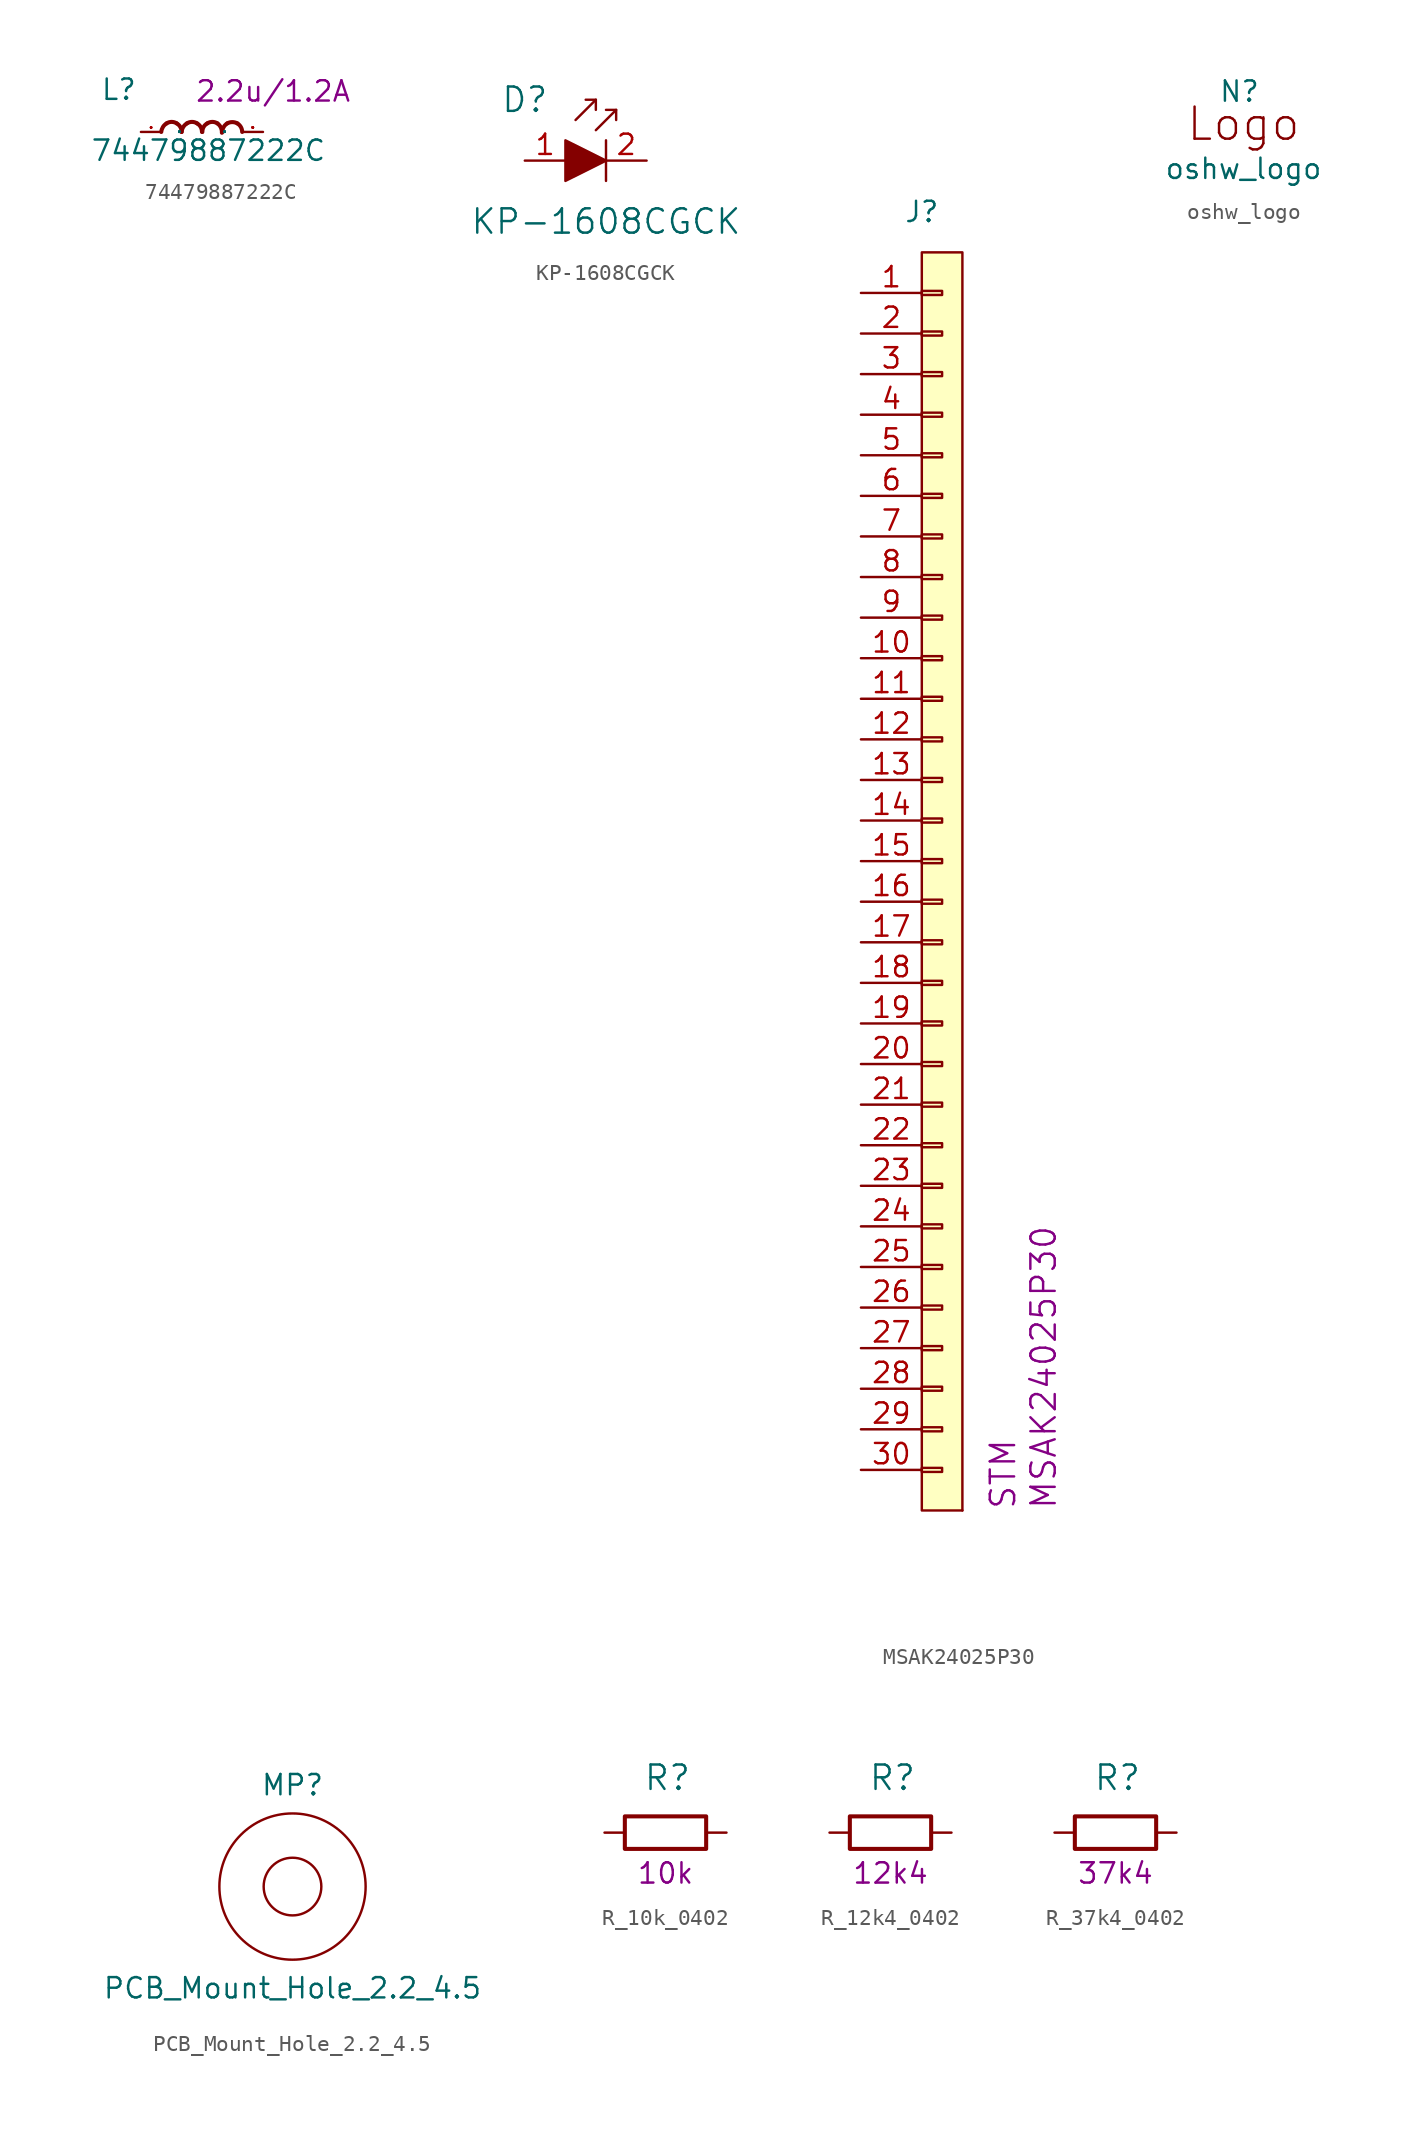
<source format=kicad_sym>
(kicad_symbol_lib
  (version 20211014)
  (generator kicad_symbol_editor)
  (symbol "74479887222C"
    (pin_names
      (offset 1.016))
    (property "Reference" "L"
      (at -6.35 1.905 0)
      (effects (font (size 1.27 1.27)) (justify left bottom)))
    (property "Value" "74479887222C"
      (at -6.985 -1.905 0)
      (effects (font (size 1.27 1.27)) (justify left bottom)))
    (property "Value2" "2.2u/1.2A"
      (at 4.445 2.54 0)
      (effects (font (size 1.27 1.27))))
    (symbol "74479887222C_0_1"
      (pin passive line (at -3.81 0 0) (length 1.27) (name "P" (effects (font (size 0.025 0.025)))) (number "1" (effects (font (size 0.025 0.025)))))
      (pin passive line (at 3.81 0 180) (length 1.27) (name "P" (effects (font (size 0.025 0.025)))) (number "2" (effects (font (size 0.025 0.025))))))
    (symbol "74479887222C_1_1"
      (arc (start -2.2098 0.5334) (mid -2.4364 0.3084) (end -2.54 0) (stroke (width 0.254) (type default) (color 0 0 0 0)) (fill (type none)))
      (arc (start -1.5748 0.5334) (mid -1.894 0.6272) (end -2.2098 0.5334) (stroke (width 0.254) (type default) (color 0 0 0 0)) (fill (type none)))
      (arc (start -1.27 0) (mid -1.3503 0.309) (end -1.5748 0.5334) (stroke (width 0.254) (type default) (color 0 0 0 0)) (fill (type none)))
      (arc (start -0.9398 0.5334) (mid -1.1664 0.3084) (end -1.27 0) (stroke (width 0.254) (type default) (color 0 0 0 0)) (fill (type none)))
      (arc (start -0.3048 0.5334) (mid -0.624 0.6272) (end -0.9398 0.5334) (stroke (width 0.254) (type default) (color 0 0 0 0)) (fill (type none)))
      (arc (start 0 0) (mid -0.0803 0.309) (end -0.3048 0.5334) (stroke (width 0.254) (type default) (color 0 0 0 0)) (fill (type none)))
      (arc (start 0.3302 0.5334) (mid 0.1036 0.3084) (end 0.0254 0) (stroke (width 0.254) (type default) (color 0 0 0 0)) (fill (type none)))
      (arc (start 0.9652 0.5334) (mid 0.646 0.6272) (end 0.3302 0.5334) (stroke (width 0.254) (type default) (color 0 0 0 0)) (fill (type none)))
      (arc (start 1.2446 -0.0508) (mid 1.1813 0.2752) (end 0.9652 0.5334) (stroke (width 0.254) (type default) (color 0 0 0 0)) (fill (type none)))
      (arc (start 1.5748 0.5334) (mid 1.357 0.3053) (end 1.27 0) (stroke (width 0.254) (type default) (color 0 0 0 0)) (fill (type none)))
      (arc (start 2.2098 0.5334) (mid 1.8942 0.6142) (end 1.5748 0.5334) (stroke (width 0.254) (type default) (color 0 0 0 0)) (fill (type none)))
      (arc (start 2.5146 0) (mid 2.4322 0.306) (end 2.2098 0.5334) (stroke (width 0.254) (type default) (color 0 0 0 0)) (fill (type none)))))
  (symbol "KP-1608CGCK"
    (pin_names
      (offset 0))
    (property "Reference" "D"
      (at -5.08 3.81 0)
      (effects (font (size 1.524 1.524))))
    (property "Value" "KP-1608CGCK"
      (at 0 -3.81 0)
      (effects (font (size 1.524 1.524))))
    (symbol "KP-1608CGCK_0_1"
      (polyline (pts (xy -0.635 3.81) (xy -1.905 2.54)) (stroke (width 0) (type default) (color 0 0 0 0)) (fill (type none)))
      (polyline (pts (xy 0 1.27) (xy 0 -1.27)) (stroke (width 0) (type default) (color 0 0 0 0)) (fill (type none)))
      (polyline (pts (xy 0.635 3.175) (xy -0.635 1.905)) (stroke (width 0) (type default) (color 0 0 0 0)) (fill (type none)))
      (polyline (pts (xy -1.27 3.81) (xy -0.635 3.81) (xy -0.635 3.175)) (stroke (width 0) (type default) (color 0 0 0 0)) (fill (type none)))
      (polyline (pts (xy 0 3.175) (xy 0.635 3.175) (xy 0.635 2.54)) (stroke (width 0) (type default) (color 0 0 0 0)) (fill (type none)))
      (polyline (pts (xy -2.54 1.27) (xy -2.54 -1.27) (xy 0 0) (xy -2.54 1.27)) (stroke (width 0) (type default) (color 0 0 0 0)) (fill (type outline))))
    (symbol "KP-1608CGCK_1_1"
      (pin passive line (at -5.08 0 0) (length 2.54) (name "~" (effects (font (size 1.27 1.27)))) (number "1" (effects (font (size 1.27 1.27)))))
      (pin passive line (at 2.54 0 180) (length 2.54) (name "~" (effects (font (size 1.27 1.27)))) (number "2" (effects (font (size 1.27 1.27)))))))
  (symbol "MSAK24025P30"
    (pin_names
      (offset 1.016) hide)
    (property "Reference" "J"
      (at 0 41.91 0)
      (effects (font (size 1.27 1.27))))
    (property "MPN" "MSAK24025P30"
      (at 7.62 -39.37 90)
      (effects (font (size 1.524 1.524)) (justify left)))
    (property "Manufacturer" "STM"
      (at 5.08 -39.37 90)
      (effects (font (size 1.524 1.524)) (justify left)))
    (symbol "MSAK24025P30_0_1"
      (rectangle (start 0 39.37) (end 2.54 -39.37) (stroke (width 0) (type default) (color 0 0 0 0)) (fill (type background)))
      (rectangle (start 2.54 -39.37) (end 2.54 -39.37) (stroke (width 0) (type default) (color 0 0 0 0)) (fill (type none))))
    (symbol "MSAK24025P30_1_1"
      (rectangle (start 0 -36.703) (end 1.27 -36.957) (stroke (width 0.152) (type default) (color 0 0 0 0)) (fill (type none)))
      (rectangle (start 0 -34.163) (end 1.27 -34.417) (stroke (width 0.152) (type default) (color 0 0 0 0)) (fill (type none)))
      (rectangle (start 0 -31.623) (end 1.27 -31.877) (stroke (width 0.152) (type default) (color 0 0 0 0)) (fill (type none)))
      (rectangle (start 0 -29.083) (end 1.27 -29.337) (stroke (width 0.152) (type default) (color 0 0 0 0)) (fill (type none)))
      (rectangle (start 0 -26.543) (end 1.27 -26.797) (stroke (width 0.152) (type default) (color 0 0 0 0)) (fill (type none)))
      (rectangle (start 0 -24.003) (end 1.27 -24.257) (stroke (width 0.152) (type default) (color 0 0 0 0)) (fill (type none)))
      (rectangle (start 0 -21.463) (end 1.27 -21.717) (stroke (width 0.152) (type default) (color 0 0 0 0)) (fill (type none)))
      (rectangle (start 0 -18.923) (end 1.27 -19.177) (stroke (width 0.152) (type default) (color 0 0 0 0)) (fill (type none)))
      (rectangle (start 0 -16.383) (end 1.27 -16.637) (stroke (width 0.152) (type default) (color 0 0 0 0)) (fill (type none)))
      (rectangle (start 0 -13.843) (end 1.27 -14.097) (stroke (width 0.152) (type default) (color 0 0 0 0)) (fill (type none)))
      (rectangle (start 0 -11.303) (end 1.27 -11.557) (stroke (width 0.152) (type default) (color 0 0 0 0)) (fill (type none)))
      (rectangle (start 0 -8.763) (end 1.27 -9.017) (stroke (width 0.152) (type default) (color 0 0 0 0)) (fill (type none)))
      (rectangle (start 0 -6.223) (end 1.27 -6.477) (stroke (width 0.152) (type default) (color 0 0 0 0)) (fill (type none)))
      (rectangle (start 0 -3.683) (end 1.27 -3.937) (stroke (width 0.152) (type default) (color 0 0 0 0)) (fill (type none)))
      (rectangle (start 0 -1.143) (end 1.27 -1.397) (stroke (width 0.152) (type default) (color 0 0 0 0)) (fill (type none)))
      (rectangle (start 0 1.397) (end 1.27 1.143) (stroke (width 0.152) (type default) (color 0 0 0 0)) (fill (type none)))
      (rectangle (start 0 3.937) (end 1.27 3.683) (stroke (width 0.152) (type default) (color 0 0 0 0)) (fill (type none)))
      (rectangle (start 0 6.477) (end 1.27 6.223) (stroke (width 0.152) (type default) (color 0 0 0 0)) (fill (type none)))
      (rectangle (start 0 9.017) (end 1.27 8.763) (stroke (width 0.152) (type default) (color 0 0 0 0)) (fill (type none)))
      (rectangle (start 0 11.557) (end 1.27 11.303) (stroke (width 0.152) (type default) (color 0 0 0 0)) (fill (type none)))
      (rectangle (start 0 14.097) (end 1.27 13.843) (stroke (width 0.152) (type default) (color 0 0 0 0)) (fill (type none)))
      (rectangle (start 0 16.637) (end 1.27 16.383) (stroke (width 0.152) (type default) (color 0 0 0 0)) (fill (type none)))
      (rectangle (start 0 19.177) (end 1.27 18.923) (stroke (width 0.152) (type default) (color 0 0 0 0)) (fill (type none)))
      (rectangle (start 0 21.717) (end 1.27 21.463) (stroke (width 0.152) (type default) (color 0 0 0 0)) (fill (type none)))
      (rectangle (start 0 24.257) (end 1.27 24.003) (stroke (width 0.152) (type default) (color 0 0 0 0)) (fill (type none)))
      (rectangle (start 0 26.797) (end 1.27 26.543) (stroke (width 0.152) (type default) (color 0 0 0 0)) (fill (type none)))
      (rectangle (start 0 29.337) (end 1.27 29.083) (stroke (width 0.152) (type default) (color 0 0 0 0)) (fill (type none)))
      (rectangle (start 0 31.877) (end 1.27 31.623) (stroke (width 0.152) (type default) (color 0 0 0 0)) (fill (type none)))
      (rectangle (start 0 34.417) (end 1.27 34.163) (stroke (width 0.152) (type default) (color 0 0 0 0)) (fill (type none)))
      (rectangle (start 0 36.957) (end 1.27 36.703) (stroke (width 0.152) (type default) (color 0 0 0 0)) (fill (type none)))
      (pin passive line (at -3.81 36.83 0) (length 3.81) (name "Pin_1" (effects (font (size 1.27 1.27)))) (number "1" (effects (font (size 1.27 1.27)))))
      (pin passive line (at -3.81 13.97 0) (length 3.81) (name "Pin_10" (effects (font (size 1.27 1.27)))) (number "10" (effects (font (size 1.27 1.27)))))
      (pin passive line (at -3.81 11.43 0) (length 3.81) (name "Pin_11" (effects (font (size 1.27 1.27)))) (number "11" (effects (font (size 1.27 1.27)))))
      (pin passive line (at -3.81 8.89 0) (length 3.81) (name "Pin_12" (effects (font (size 1.27 1.27)))) (number "12" (effects (font (size 1.27 1.27)))))
      (pin passive line (at -3.81 6.35 0) (length 3.81) (name "Pin_13" (effects (font (size 1.27 1.27)))) (number "13" (effects (font (size 1.27 1.27)))))
      (pin passive line (at -3.81 3.81 0) (length 3.81) (name "Pin_14" (effects (font (size 1.27 1.27)))) (number "14" (effects (font (size 1.27 1.27)))))
      (pin passive line (at -3.81 1.27 0) (length 3.81) (name "Pin_15" (effects (font (size 1.27 1.27)))) (number "15" (effects (font (size 1.27 1.27)))))
      (pin passive line (at -3.81 -1.27 0) (length 3.81) (name "Pin_16" (effects (font (size 1.27 1.27)))) (number "16" (effects (font (size 1.27 1.27)))))
      (pin passive line (at -3.81 -3.81 0) (length 3.81) (name "Pin_17" (effects (font (size 1.27 1.27)))) (number "17" (effects (font (size 1.27 1.27)))))
      (pin passive line (at -3.81 -6.35 0) (length 3.81) (name "Pin_18" (effects (font (size 1.27 1.27)))) (number "18" (effects (font (size 1.27 1.27)))))
      (pin passive line (at -3.81 -8.89 0) (length 3.81) (name "Pin_19" (effects (font (size 1.27 1.27)))) (number "19" (effects (font (size 1.27 1.27)))))
      (pin passive line (at -3.81 34.29 0) (length 3.81) (name "Pin_2" (effects (font (size 1.27 1.27)))) (number "2" (effects (font (size 1.27 1.27)))))
      (pin passive line (at -3.81 -11.43 0) (length 3.81) (name "Pin_20" (effects (font (size 1.27 1.27)))) (number "20" (effects (font (size 1.27 1.27)))))
      (pin passive line (at -3.81 -13.97 0) (length 3.81) (name "Pin_21" (effects (font (size 1.27 1.27)))) (number "21" (effects (font (size 1.27 1.27)))))
      (pin passive line (at -3.81 -16.51 0) (length 3.81) (name "Pin_22" (effects (font (size 1.27 1.27)))) (number "22" (effects (font (size 1.27 1.27)))))
      (pin passive line (at -3.81 -19.05 0) (length 3.81) (name "Pin_23" (effects (font (size 1.27 1.27)))) (number "23" (effects (font (size 1.27 1.27)))))
      (pin passive line (at -3.81 -21.59 0) (length 3.81) (name "Pin_24" (effects (font (size 1.27 1.27)))) (number "24" (effects (font (size 1.27 1.27)))))
      (pin passive line (at -3.81 -24.13 0) (length 3.81) (name "Pin_25" (effects (font (size 1.27 1.27)))) (number "25" (effects (font (size 1.27 1.27)))))
      (pin passive line (at -3.81 -26.67 0) (length 3.81) (name "Pin_26" (effects (font (size 1.27 1.27)))) (number "26" (effects (font (size 1.27 1.27)))))
      (pin passive line (at -3.81 -29.21 0) (length 3.81) (name "Pin_27" (effects (font (size 1.27 1.27)))) (number "27" (effects (font (size 1.27 1.27)))))
      (pin passive line (at -3.81 -31.75 0) (length 3.81) (name "Pin_28" (effects (font (size 1.27 1.27)))) (number "28" (effects (font (size 1.27 1.27)))))
      (pin passive line (at -3.81 -34.29 0) (length 3.81) (name "Pin_29" (effects (font (size 1.27 1.27)))) (number "29" (effects (font (size 1.27 1.27)))))
      (pin passive line (at -3.81 31.75 0) (length 3.81) (name "Pin_3" (effects (font (size 1.27 1.27)))) (number "3" (effects (font (size 1.27 1.27)))))
      (pin passive line (at -3.81 -36.83 0) (length 3.81) (name "Pin_30" (effects (font (size 1.27 1.27)))) (number "30" (effects (font (size 1.27 1.27)))))
      (pin passive line (at -3.81 29.21 0) (length 3.81) (name "Pin_4" (effects (font (size 1.27 1.27)))) (number "4" (effects (font (size 1.27 1.27)))))
      (pin passive line (at -3.81 26.67 0) (length 3.81) (name "Pin_5" (effects (font (size 1.27 1.27)))) (number "5" (effects (font (size 1.27 1.27)))))
      (pin passive line (at -3.81 24.13 0) (length 3.81) (name "Pin_6" (effects (font (size 1.27 1.27)))) (number "6" (effects (font (size 1.27 1.27)))))
      (pin passive line (at -3.81 21.59 0) (length 3.81) (name "Pin_7" (effects (font (size 1.27 1.27)))) (number "7" (effects (font (size 1.27 1.27)))))
      (pin passive line (at -3.81 19.05 0) (length 3.81) (name "Pin_8" (effects (font (size 1.27 1.27)))) (number "8" (effects (font (size 1.27 1.27)))))
      (pin passive line (at -3.81 16.51 0) (length 3.81) (name "Pin_9" (effects (font (size 1.27 1.27)))) (number "9" (effects (font (size 1.27 1.27)))))))
  (symbol "oshw_logo"
    (pin_names
      (offset 1.016))
    (property "Reference" "N"
      (at 0.508 1.016 0)
      (effects (font (size 1.27 1.27))))
    (property "Value" "oshw_logo"
      (at 0.762 -3.81 0)
      (effects (font (size 1.27 1.27))))
    (symbol "oshw_logo_1_1"
      (text "Logo" (at 0.762 -1.016 0) (effects (font (size 2.007 2.007))))))
  (symbol "PCB_Mount_Hole_2.2_4.5"
    (pin_names
      (offset 1.016))
    (property "Reference" "MP"
      (at 0 6.35 0)
      (effects (font (size 1.27 1.27))))
    (property "Value" "PCB_Mount_Hole_2.2_4.5"
      (at 0 -6.35 0)
      (effects (font (size 1.27 1.27))))
    (symbol "PCB_Mount_Hole_2.2_4.5_0_1"
      (circle (center 0 0) (radius 1.803) (stroke (width 0) (type default) (color 0 0 0 0)) (fill (type none)))
      (circle (center 0 0) (radius 4.572) (stroke (width 0) (type default) (color 0 0 0 0)) (fill (type none)))))
  (symbol "R_10k_0402"
    (pin_names
      (offset 0))
    (property "Reference" "R"
      (at -1.397 3.429 0)
      (effects (font (size 1.524 1.524)) (justify left)))
    (property "Val" "10k"
      (at 0 -2.54 0)
      (effects (font (size 1.27 1.27))))
    (symbol "R_10k_0402_1_1"
      (rectangle (start 2.54 -1.016) (end -2.54 1.016) (stroke (width 0.254) (type default) (color 0 0 0 0)) (fill (type none)))
      (pin passive line (at -3.81 0 0) (length 1.27) (name "~" (effects (font (size 0 0)))) (number "1" (effects (font (size 0 0)))))
      (pin passive line (at 3.81 0 180) (length 1.27) (name "~" (effects (font (size 0 0)))) (number "2" (effects (font (size 0 0)))))))
  (symbol "R_12k4_0402"
    (pin_names
      (offset 0))
    (property "Reference" "R"
      (at -1.397 3.429 0)
      (effects (font (size 1.524 1.524)) (justify left)))
    (property "Val" "12k4"
      (at 0 -2.54 0)
      (effects (font (size 1.27 1.27))))
    (symbol "R_12k4_0402_1_1"
      (rectangle (start 2.54 -1.016) (end -2.54 1.016) (stroke (width 0.254) (type default) (color 0 0 0 0)) (fill (type none)))
      (pin passive line (at -3.81 0 0) (length 1.27) (name "~" (effects (font (size 0 0)))) (number "1" (effects (font (size 0 0)))))
      (pin passive line (at 3.81 0 180) (length 1.27) (name "~" (effects (font (size 0 0)))) (number "2" (effects (font (size 0 0)))))))
  (symbol "R_37k4_0402"
    (pin_names
      (offset 0))
    (property "Reference" "R"
      (at -1.397 3.429 0)
      (effects (font (size 1.524 1.524)) (justify left)))
    (property "Val" "37k4"
      (at 0 -2.54 0)
      (effects (font (size 1.27 1.27))))
    (symbol "R_37k4_0402_1_1"
      (rectangle (start 2.54 -1.016) (end -2.54 1.016) (stroke (width 0.254) (type default) (color 0 0 0 0)) (fill (type none)))
      (pin passive line (at -3.81 0 0) (length 1.27) (name "~" (effects (font (size 0 0)))) (number "1" (effects (font (size 0 0)))))
      (pin passive line (at 3.81 0 180) (length 1.27) (name "~" (effects (font (size 0 0)))) (number "2" (effects (font (size 0 0))))))))
</source>
